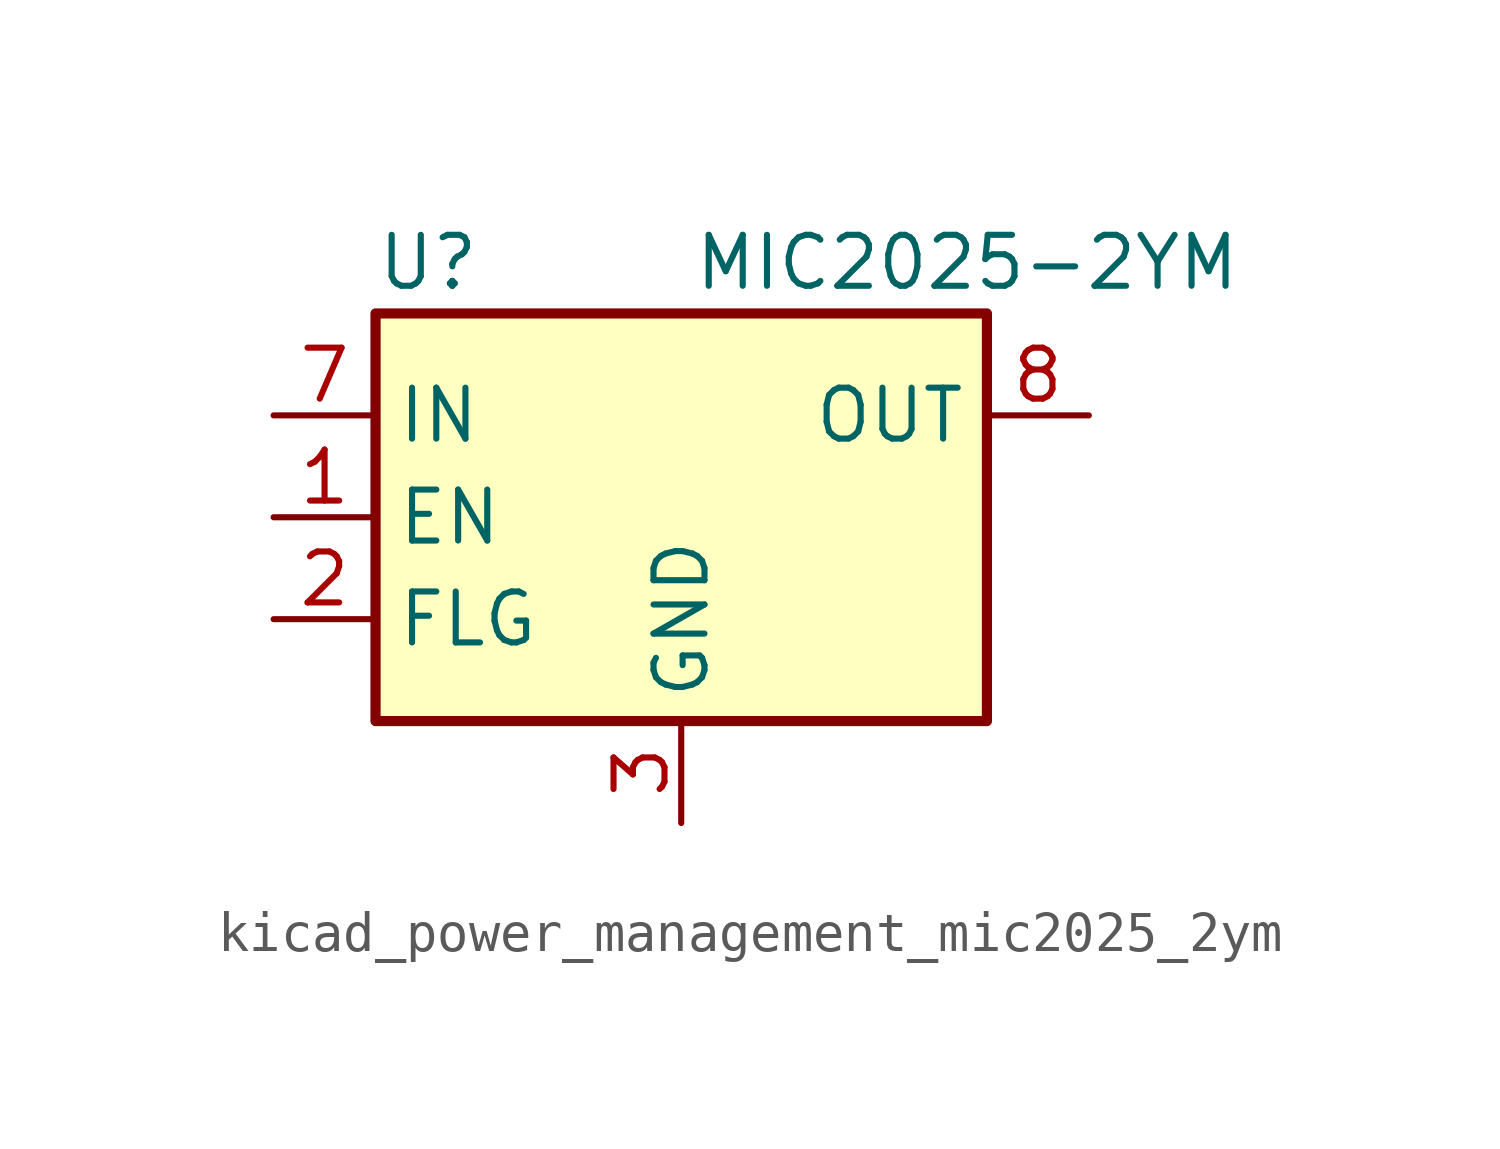
<source format=kicad_sym>
(kicad_symbol_lib
  (version 20220914)
  (generator kicad_symbol_editor)
  (symbol "kicad_power_management_mic2025_2ym"
    (property "Reference" "U"
      (at -7.62 6.35 0)
      (effects (font (size 1.27 1.27)) (justify left)))
    (property "Value" "MIC2025-2YM"
      (at 13.97 6.35 0)
      (effects (font (size 1.27 1.27)) (justify right)))
    (symbol "kicad_power_management_mic2025_2ym_0_1"
      (rectangle (start -7.62 5.08) (end 7.62 -5.08) (stroke (width 0.254) (type default)) (fill (type background))))
    (symbol "kicad_power_management_mic2025_2ym_1_1"
      (pin input line (at -10.16 0 0) (length 2.54) (name "EN" (effects (font (size 1.27 1.27)))) (number "1" (effects (font (size 1.27 1.27)))))
      (pin open_collector line (at -10.16 -2.54 0) (length 2.54) (name "FLG" (effects (font (size 1.27 1.27)))) (number "2" (effects (font (size 1.27 1.27)))))
      (pin power_in line (at 0 -7.62 90) (length 2.54) (name "GND" (effects (font (size 1.27 1.27)))) (number "3" (effects (font (size 1.27 1.27)))))
      (pin no_connect line (at 7.62 0 180) (length 2.54) hide (name "NC" (effects (font (size 1.27 1.27)))) (number "4" (effects (font (size 1.27 1.27)))))
      (pin no_connect line (at 7.62 -2.54 180) (length 2.54) hide (name "NC" (effects (font (size 1.27 1.27)))) (number "5" (effects (font (size 1.27 1.27)))))
      (pin passive line (at 10.16 2.54 180) (length 2.54) hide (name "OUT" (effects (font (size 1.27 1.27)))) (number "6" (effects (font (size 1.27 1.27)))))
      (pin power_in line (at -10.16 2.54 0) (length 2.54) (name "IN" (effects (font (size 1.27 1.27)))) (number "7" (effects (font (size 1.27 1.27)))))
      (pin power_out line (at 10.16 2.54 180) (length 2.54) (name "OUT" (effects (font (size 1.27 1.27)))) (number "8" (effects (font (size 1.27 1.27))))))))
</source>
